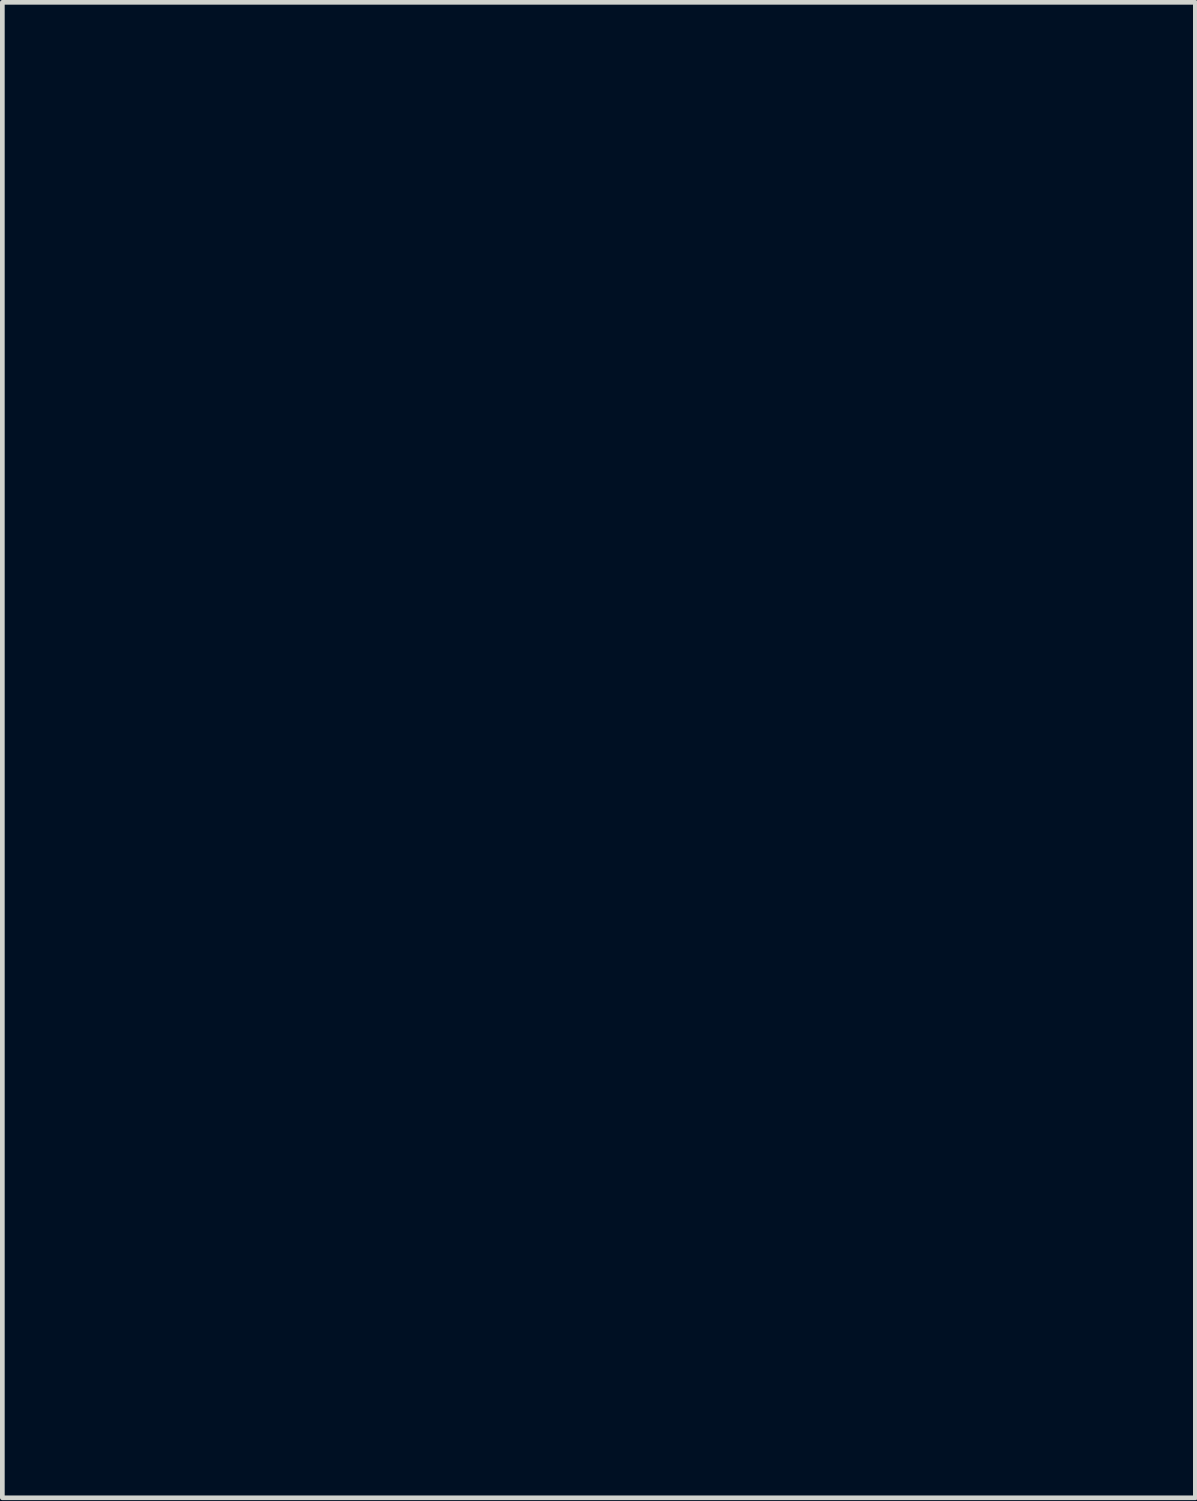
<source format=kicad_pcb>
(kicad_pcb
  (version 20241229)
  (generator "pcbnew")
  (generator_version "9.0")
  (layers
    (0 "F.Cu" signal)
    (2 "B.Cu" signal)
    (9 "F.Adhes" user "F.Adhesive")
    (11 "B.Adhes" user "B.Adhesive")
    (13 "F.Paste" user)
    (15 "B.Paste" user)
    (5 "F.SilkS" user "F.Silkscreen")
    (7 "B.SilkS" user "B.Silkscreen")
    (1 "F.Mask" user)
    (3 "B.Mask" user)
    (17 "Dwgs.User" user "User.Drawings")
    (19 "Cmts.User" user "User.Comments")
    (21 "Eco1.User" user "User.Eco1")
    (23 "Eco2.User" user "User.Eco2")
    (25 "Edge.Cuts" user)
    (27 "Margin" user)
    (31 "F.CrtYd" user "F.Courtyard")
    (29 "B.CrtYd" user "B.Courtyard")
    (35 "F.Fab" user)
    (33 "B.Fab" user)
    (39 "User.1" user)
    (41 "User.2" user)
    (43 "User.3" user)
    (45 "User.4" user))
  (footprint "LlamaSilverMask"
    (layer "F.Cu")
    (at 9.696 12.913)
    (property "Reference" "LlamaSilverMask" (at 0 0 0) (layer "F.Mask") (effects (font (size 1.524 1.524) (thickness 0.3))))
    (attr through_hole)
    (fp_poly (pts (xy 7.179 -12.58) (xy 7.252 -12.574) (xy 7.309 -12.562) (xy 7.407 -12.53) (xy 7.494 -12.488) (xy 7.573 -12.433) (xy 7.625 -12.388) (xy 7.663 -12.349) (xy 7.696 -12.311) (xy 7.725 -12.27) (xy 7.75 -12.225) (xy 7.774 -12.174) (xy 7.796 -12.114) (xy 7.818 -12.043) (xy 7.841 -11.96) (xy 7.859 -11.889) (xy 7.915 -11.664) (xy 7.865 -11.615) (xy 7.839 -11.587) (xy 7.818 -11.559) (xy 7.806 -11.538) (xy 7.805 -11.536) (xy 7.801 -11.518) (xy 7.794 -11.487) (xy 7.787 -11.446) (xy 7.778 -11.398) (xy 7.77 -11.35) (xy 7.698 -10.966) (xy 7.611 -10.59) (xy 7.509 -10.222) (xy 7.392 -9.86) (xy 7.26 -9.505) (xy 7.111 -9.156) (xy 6.947 -8.812) (xy 6.767 -8.473) (xy 6.571 -8.139) (xy 6.557 -8.117) (xy 6.52 -8.058) (xy 6.481 -7.997) (xy 6.439 -7.932) (xy 6.392 -7.863) (xy 6.341 -7.788) (xy 6.284 -7.706) (xy 6.22 -7.616) (xy 6.149 -7.515) (xy 6.069 -7.404) (xy 5.992 -7.297) (xy 5.709 -6.904) (xy 5.633 -6.91) (xy 5.588 -6.911) (xy 5.531 -6.911) (xy 5.469 -6.908) (xy 5.404 -6.903) (xy 5.344 -6.896) (xy 5.319 -6.893) (xy 5.286 -6.888) (xy 5.27 -6.963) (xy 5.237 -7.094) (xy 5.19 -7.23) (xy 5.132 -7.367) (xy 5.064 -7.502) (xy 4.988 -7.631) (xy 4.905 -7.751) (xy 4.868 -7.799) (xy 4.808 -7.874) (xy 4.843 -7.938) (xy 4.918 -8.076) (xy 4.99 -8.209) (xy 5.059 -8.339) (xy 5.127 -8.471) (xy 5.197 -8.608) (xy 5.27 -8.753) (xy 5.347 -8.91) (xy 5.354 -8.925) (xy 5.554 -9.349) (xy 5.746 -9.784) (xy 5.929 -10.228) (xy 6.102 -10.677) (xy 6.263 -11.129) (xy 6.411 -11.58) (xy 6.545 -12.028) (xy 6.559 -12.078) (xy 6.581 -12.156) (xy 6.599 -12.22) (xy 6.614 -12.271) (xy 6.626 -12.311) (xy 6.636 -12.341) (xy 6.645 -12.364) (xy 6.653 -12.381) (xy 6.661 -12.394) (xy 6.67 -12.404) (xy 6.681 -12.413) (xy 6.693 -12.423) (xy 6.703 -12.431) (xy 6.77 -12.478) (xy 6.848 -12.519) (xy 6.928 -12.551) (xy 6.962 -12.561) (xy 7.027 -12.574) (xy 7.102 -12.58) (xy 7.179 -12.58)) (stroke (width 0.01) (type solid)) (fill yes) (layer "F.Mask"))
    (fp_poly (pts (xy -7.126 -12.906) (xy -7.07 -12.901) (xy -7.023 -12.893) (xy -7.011 -12.89) (xy -6.938 -12.862) (xy -6.874 -12.827) (xy -6.814 -12.78) (xy -6.787 -12.755) (xy -6.748 -12.713) (xy -6.72 -12.676) (xy -6.697 -12.636) (xy -6.692 -12.628) (xy -6.674 -12.582) (xy -6.657 -12.529) (xy -6.644 -12.476) (xy -6.637 -12.429) (xy -6.636 -12.407) (xy -6.633 -12.386) (xy -6.626 -12.351) (xy -6.614 -12.302) (xy -6.598 -12.242) (xy -6.579 -12.171) (xy -6.556 -12.092) (xy -6.531 -12.004) (xy -6.503 -11.911) (xy -6.474 -11.814) (xy -6.443 -11.713) (xy -6.411 -11.61) (xy -6.379 -11.507) (xy -6.346 -11.405) (xy -6.314 -11.306) (xy -6.297 -11.257) (xy -6.135 -10.791) (xy -5.962 -10.332) (xy -5.778 -9.878) (xy -5.581 -9.426) (xy -5.37 -8.975) (xy -5.145 -8.523) (xy -4.933 -8.12) (xy -4.892 -8.043) (xy -4.945 -7.98) (xy -5.06 -7.832) (xy -5.16 -7.676) (xy -5.245 -7.513) (xy -5.315 -7.344) (xy -5.369 -7.169) (xy -5.408 -6.99) (xy -5.408 -6.99) (xy -5.414 -6.947) (xy -5.42 -6.907) (xy -5.425 -6.875) (xy -5.427 -6.856) (xy -5.432 -6.833) (xy -5.442 -6.825) (xy -5.455 -6.826) (xy -5.481 -6.831) (xy -5.515 -6.839) (xy -5.552 -6.848) (xy -5.592 -6.859) (xy -5.628 -6.868) (xy -5.655 -6.875) (xy -5.668 -6.879) (xy -5.677 -6.887) (xy -5.694 -6.907) (xy -5.719 -6.939) (xy -5.751 -6.981) (xy -5.788 -7.031) (xy -5.831 -7.089) (xy -5.879 -7.153) (xy -5.929 -7.221) (xy -5.981 -7.294) (xy -6.035 -7.368) (xy -6.09 -7.444) (xy -6.144 -7.519) (xy -6.196 -7.592) (xy -6.246 -7.663) (xy -6.293 -7.73) (xy -6.335 -7.791) (xy -6.37 -7.842) (xy -6.578 -8.165) (xy -6.772 -8.497) (xy -6.951 -8.835) (xy -7.114 -9.181) (xy -7.262 -9.534) (xy -7.395 -9.894) (xy -7.512 -10.259) (xy -7.613 -10.63) (xy -7.699 -11.007) (xy -7.766 -11.375) (xy -7.775 -11.426) (xy -7.784 -11.473) (xy -7.793 -11.512) (xy -7.801 -11.541) (xy -7.805 -11.551) (xy -7.821 -11.576) (xy -7.845 -11.605) (xy -7.865 -11.624) (xy -7.907 -11.662) (xy -7.796 -12.111) (xy -7.77 -12.215) (xy -7.746 -12.31) (xy -7.725 -12.394) (xy -7.705 -12.466) (xy -7.689 -12.525) (xy -7.676 -12.571) (xy -7.666 -12.602) (xy -7.661 -12.613) (xy -7.615 -12.694) (xy -7.557 -12.764) (xy -7.487 -12.823) (xy -7.407 -12.868) (xy -7.339 -12.894) (xy -7.297 -12.902) (xy -7.245 -12.907) (xy -7.186 -12.908) (xy -7.126 -12.906)) (stroke (width 0.01) (type solid)) (fill yes) (layer "F.Mask"))
    (fp_poly (pts (xy 7.135 -3.481) (xy 7.151 -3.462) (xy 7.174 -3.434) (xy 7.203 -3.398) (xy 7.236 -3.355) (xy 7.272 -3.307) (xy 7.31 -3.257) (xy 7.348 -3.207) (xy 7.385 -3.157) (xy 7.419 -3.11) (xy 7.427 -3.099) (xy 7.576 -2.885) (xy 7.715 -2.672) (xy 7.846 -2.454) (xy 7.973 -2.229) (xy 8.097 -1.992) (xy 8.12 -1.947) (xy 8.272 -1.626) (xy 8.409 -1.305) (xy 8.531 -0.982) (xy 8.637 -0.655) (xy 8.73 -0.323) (xy 8.809 0.014) (xy 8.874 0.36) (xy 8.926 0.714) (xy 8.961 1.033) (xy 8.962 1.05) (xy 8.963 1.067) (xy 8.965 1.086) (xy 8.966 1.107) (xy 8.967 1.131) (xy 8.968 1.157) (xy 8.969 1.187) (xy 8.97 1.222) (xy 8.971 1.261) (xy 8.972 1.306) (xy 8.972 1.358) (xy 8.973 1.416) (xy 8.973 1.481) (xy 8.974 1.555) (xy 8.974 1.637) (xy 8.975 1.729) (xy 8.975 1.83) (xy 8.975 1.942) (xy 8.975 2.065) (xy 8.975 2.2) (xy 8.976 2.347) (xy 8.976 2.507) (xy 8.976 2.681) (xy 8.976 2.869) (xy 8.976 3.072) (xy 8.976 3.29) (xy 8.976 3.524) (xy 8.976 3.623) (xy 8.976 3.874) (xy 8.976 4.11) (xy 8.976 4.329) (xy 8.976 4.533) (xy 8.976 4.722) (xy 8.975 4.897) (xy 8.975 5.058) (xy 8.975 5.206) (xy 8.974 5.341) (xy 8.974 5.464) (xy 8.974 5.575) (xy 8.973 5.675) (xy 8.973 5.764) (xy 8.972 5.843) (xy 8.971 5.913) (xy 8.971 5.973) (xy 8.97 6.025) (xy 8.969 6.069) (xy 8.968 6.105) (xy 8.967 6.134) (xy 8.966 6.157) (xy 8.965 6.174) (xy 8.965 6.174) (xy 8.927 6.535) (xy 8.877 6.885) (xy 8.814 7.226) (xy 8.737 7.561) (xy 8.647 7.89) (xy 8.542 8.214) (xy 8.423 8.536) (xy 8.288 8.858) (xy 8.138 9.18) (xy 8.133 9.19) (xy 8.032 9.395) (xy 8.032 9.814) (xy 7.919 9.829) (xy 7.757 9.857) (xy 7.592 9.9) (xy 7.43 9.956) (xy 7.274 10.025) (xy 7.232 10.045) (xy 7.09 10.126) (xy 6.959 10.213) (xy 6.836 10.311) (xy 6.716 10.422) (xy 6.711 10.427) (xy 6.604 10.541) (xy 6.511 10.656) (xy 6.428 10.777) (xy 6.352 10.907) (xy 6.315 10.978) (xy 6.238 11.15) (xy 6.178 11.323) (xy 6.134 11.499) (xy 6.106 11.679) (xy 6.096 11.801) (xy 6.094 11.839) (xy 6.092 11.871) (xy 6.089 11.892) (xy 6.087 11.9) (xy 6.08 11.895) (xy 6.063 11.879) (xy 6.038 11.857) (xy 6.009 11.828) (xy 5.997 11.817) (xy 5.856 11.693) (xy 5.705 11.582) (xy 5.546 11.485) (xy 5.38 11.403) (xy 5.206 11.337) (xy 5.028 11.286) (xy 4.844 11.251) (xy 4.799 11.245) (xy 4.741 11.239) (xy 4.671 11.235) (xy 4.594 11.233) (xy 4.515 11.232) (xy 4.439 11.233) (xy 4.37 11.236) (xy 4.313 11.24) (xy 4.312 11.24) (xy 4.127 11.269) (xy 3.947 11.314) (xy 3.772 11.374) (xy 3.604 11.449) (xy 3.444 11.539) (xy 3.291 11.642) (xy 3.148 11.759) (xy 3.014 11.888) (xy 2.892 12.03) (xy 2.791 12.168) (xy 2.745 12.241) (xy 2.698 12.324) (xy 2.652 12.413) (xy 2.611 12.5) (xy 2.577 12.58) (xy 2.577 12.582) (xy 2.563 12.616) (xy 2.552 12.645) (xy 2.544 12.664) (xy 2.542 12.669) (xy 2.535 12.666) (xy 2.518 12.653) (xy 2.493 12.633) (xy 2.47 12.613) (xy 2.317 12.495) (xy 2.158 12.392) (xy 1.992 12.304) (xy 1.822 12.232) (xy 1.647 12.176) (xy 1.467 12.136) (xy 1.285 12.112) (xy 1.099 12.105) (xy 1.028 12.106) (xy 0.837 12.122) (xy 0.651 12.153) (xy 0.472 12.2) (xy 0.298 12.263) (xy 0.13 12.342) (xy -0.033 12.437) (xy -0.173 12.534) (xy -0.21 12.564) (xy -0.255 12.603) (xy -0.305 12.649) (xy -0.357 12.698) (xy -0.408 12.747) (xy -0.455 12.795) (xy -0.494 12.837) (xy -0.522 12.869) (xy -0.556 12.91) (xy -0.597 12.852) (xy -0.66 12.768) (xy -0.732 12.682) (xy -0.809 12.597) (xy -0.889 12.517) (xy -0.967 12.445) (xy -1.024 12.398) (xy -1.181 12.287) (xy -1.344 12.192) (xy -1.514 12.112) (xy -1.691 12.047) (xy -1.875 11.997) (xy -2.01 11.971) (xy -2.053 11.966) (xy -2.11 11.961) (xy -2.176 11.958) (xy -2.248 11.956) (xy -2.322 11.955) (xy -2.395 11.955) (xy -2.463 11.957) (xy -2.522 11.959) (xy -2.553 11.962) (xy -2.621 11.969) (xy -2.64 11.886) (xy -2.69 11.707) (xy -2.754 11.534) (xy -2.833 11.369) (xy -2.926 11.213) (xy -3.031 11.065) (xy -3.148 10.927) (xy -3.276 10.799) (xy -3.415 10.683) (xy -3.564 10.579) (xy -3.721 10.487) (xy -3.886 10.41) (xy -4.059 10.347) (xy -4.191 10.31) (xy -4.269 10.292) (xy -4.338 10.278) (xy -4.404 10.268) (xy -4.471 10.261) (xy -4.543 10.256) (xy -4.624 10.254) (xy -4.689 10.254) (xy -4.84 10.258) (xy -4.98 10.27) (xy -5.112 10.29) (xy -5.24 10.32) (xy -5.369 10.361) (xy -5.467 10.398) (xy -5.636 10.474) (xy -5.795 10.562) (xy -5.945 10.665) (xy -6.087 10.781) (xy -6.193 10.882) (xy -6.296 10.986) (xy -6.306 10.95) (xy -6.332 10.858) (xy -6.368 10.758) (xy -6.41 10.654) (xy -6.457 10.552) (xy -6.506 10.456) (xy -6.546 10.385) (xy -6.626 10.265) (xy -6.719 10.145) (xy -6.819 10.03) (xy -6.924 9.926) (xy -6.991 9.867) (xy -7.096 9.785) (xy -7.213 9.706) (xy -7.337 9.633) (xy -7.463 9.568) (xy -7.587 9.514) (xy -7.622 9.501) (xy -7.685 9.479) (xy -7.757 9.458) (xy -7.832 9.438) (xy -7.906 9.42) (xy -7.972 9.407) (xy -8.001 9.402) (xy -8.075 9.391) (xy -8.075 9.344) (xy -8.075 9.327) (xy -8.078 9.31) (xy -8.083 9.291) (xy -8.091 9.267) (xy -8.105 9.236) (xy -8.123 9.196) (xy -8.149 9.143) (xy -8.158 9.123) (xy -8.312 8.789) (xy -8.449 8.452) (xy -8.57 8.11) (xy -8.676 7.763) (xy -8.765 7.412) (xy -8.839 7.055) (xy -8.898 6.691) (xy -8.942 6.321) (xy -8.97 5.944) (xy -8.972 5.908) (xy -8.973 5.881) (xy -8.973 5.839) (xy -8.974 5.781) (xy -8.975 5.71) (xy -8.976 5.625) (xy -8.976 5.527) (xy -8.977 5.419) (xy -8.977 5.299) (xy -8.978 5.17) (xy -8.978 5.033) (xy -8.979 4.887) (xy -8.979 4.735) (xy -8.979 4.577) (xy -8.98 4.413) (xy -8.98 4.246) (xy -8.98 4.075) (xy -8.98 3.902) (xy -8.98 3.728) (xy -8.98 3.553) (xy -8.98 3.378) (xy -8.98 3.205) (xy -8.98 3.034) (xy -8.98 2.867) (xy -8.979 2.703) (xy -8.979 2.544) (xy -8.979 2.392) (xy -8.978 2.246) (xy -8.978 2.107) (xy -8.977 1.978) (xy -8.977 1.858) (xy -8.976 1.748) (xy -8.976 1.65) (xy -8.975 1.564) (xy -8.974 1.492) (xy -8.973 1.433) (xy -8.972 1.39) (xy -8.972 1.363) (xy -8.946 0.987) (xy -8.905 0.616) (xy -8.847 0.251) (xy -8.774 -0.109) (xy -8.684 -0.465) (xy -8.578 -0.816) (xy -8.456 -1.162) (xy -8.317 -1.505) (xy -8.162 -1.845) (xy -8.116 -1.938) (xy -7.98 -2.2) (xy -7.842 -2.448) (xy -7.697 -2.686) (xy -7.545 -2.918) (xy -7.382 -3.148) (xy -7.374 -3.159) (xy -7.319 -3.233) (xy -7.284 -3.207) (xy -7.134 -3.104) (xy -6.975 -3.015) (xy -6.806 -2.94) (xy -6.63 -2.88) (xy -6.447 -2.834) (xy -6.331 -2.813) (xy -6.27 -2.806) (xy -6.197 -2.801) (xy -6.115 -2.798) (xy -6.031 -2.797) (xy -5.947 -2.799) (xy -5.868 -2.802) (xy -5.799 -2.808) (xy -5.764 -2.813) (xy -5.725 -2.819) (xy -5.678 -2.828) (xy -5.627 -2.839) (xy -5.577 -2.849) (xy -5.529 -2.86) (xy -5.49 -2.87) (xy -5.461 -2.878) (xy -5.451 -2.881) (xy -5.446 -2.881) (xy -5.442 -2.875) (xy -5.44 -2.861) (xy -5.438 -2.836) (xy -5.437 -2.799) (xy -5.436 -2.753) (xy -5.426 -2.57) (xy -5.399 -2.389) (xy -5.355 -2.212) (xy -5.295 -2.037) (xy -5.226 -1.883) (xy -5.137 -1.72) (xy -5.035 -1.568) (xy -4.921 -1.426) (xy -4.794 -1.296) (xy -4.658 -1.177) (xy -4.511 -1.071) (xy -4.356 -0.978) (xy -4.192 -0.898) (xy -4.022 -0.834) (xy -3.845 -0.784) (xy -3.735 -0.762) (xy -3.55 -0.738) (xy -3.366 -0.731) (xy -3.183 -0.741) (xy -3.001 -0.766) (xy -2.823 -0.809) (xy -2.648 -0.867) (xy -2.479 -0.941) (xy -2.431 -0.965) (xy -2.313 -1.031) (xy -2.203 -1.103) (xy -2.097 -1.184) (xy -1.992 -1.276) (xy -1.928 -1.336) (xy -1.887 -1.375) (xy -1.856 -1.403) (xy -1.835 -1.418) (xy -1.825 -1.422) (xy -1.825 -1.421) (xy -1.778 -1.295) (xy -1.725 -1.172) (xy -1.667 -1.055) (xy -1.607 -0.949) (xy -1.585 -0.914) (xy -1.477 -0.764) (xy -1.357 -0.625) (xy -1.225 -0.497) (xy -1.083 -0.381) (xy -0.932 -0.279) (xy -0.772 -0.19) (xy -0.605 -0.116) (xy -0.496 -0.077) (xy -0.391 -0.045) (xy -0.292 -0.02) (xy -0.195 -0.002) (xy -0.097 0.011) (xy 0.009 0.018) (xy 0.125 0.02) (xy 0.157 0.02) (xy 0.225 0.02) (xy 0.28 0.019) (xy 0.325 0.017) (xy 0.364 0.015) (xy 0.4 0.011) (xy 0.437 0.005) (xy 0.479 -0.002) (xy 0.482 -0.002) (xy 0.67 -0.044) (xy 0.849 -0.101) (xy 1.019 -0.172) (xy 1.182 -0.258) (xy 1.336 -0.359) (xy 1.482 -0.475) (xy 1.604 -0.588) (xy 1.707 -0.701) (xy 1.804 -0.824) (xy 1.891 -0.953) (xy 1.968 -1.086) (xy 2.03 -1.218) (xy 2.04 -1.242) (xy 2.054 -1.273) (xy 2.066 -1.297) (xy 2.075 -1.31) (xy 2.078 -1.312) (xy 2.089 -1.306) (xy 2.106 -1.292) (xy 2.116 -1.282) (xy 2.17 -1.231) (xy 2.236 -1.177) (xy 2.312 -1.121) (xy 2.395 -1.065) (xy 2.482 -1.012) (xy 2.569 -0.964) (xy 2.598 -0.949) (xy 2.757 -0.877) (xy 2.913 -0.82) (xy 3.071 -0.778) (xy 3.233 -0.751) (xy 3.402 -0.736) (xy 3.508 -0.734) (xy 3.646 -0.737) (xy 3.774 -0.747) (xy 3.897 -0.766) (xy 4.021 -0.795) (xy 4.151 -0.833) (xy 4.168 -0.839) (xy 4.338 -0.904) (xy 4.5 -0.984) (xy 4.654 -1.076) (xy 4.797 -1.182) (xy 4.931 -1.298) (xy 5.054 -1.426) (xy 5.166 -1.563) (xy 5.265 -1.71) (xy 5.352 -1.864) (xy 5.425 -2.026) (xy 5.484 -2.193) (xy 5.528 -2.366) (xy 5.557 -2.544) (xy 5.568 -2.675) (xy 5.573 -2.789) (xy 5.705 -2.799) (xy 5.844 -2.812) (xy 5.972 -2.832) (xy 6.093 -2.859) (xy 6.212 -2.894) (xy 6.334 -2.939) (xy 6.341 -2.942) (xy 6.501 -3.014) (xy 6.652 -3.098) (xy 6.796 -3.195) (xy 6.935 -3.308) (xy 7.03 -3.396) (xy 7.062 -3.427) (xy 7.091 -3.454) (xy 7.113 -3.474) (xy 7.126 -3.485) (xy 7.128 -3.487) (xy 7.135 -3.481)) (stroke (width 0.01) (type solid)) (fill yes) (layer "F.Mask")))
  (gr_rect
    (start -3 -3)
    (end 22.391 28.828)
    (stroke (width 0.1) (type default))
    (fill no)
    (layer "Edge.Cuts")))
</source>
